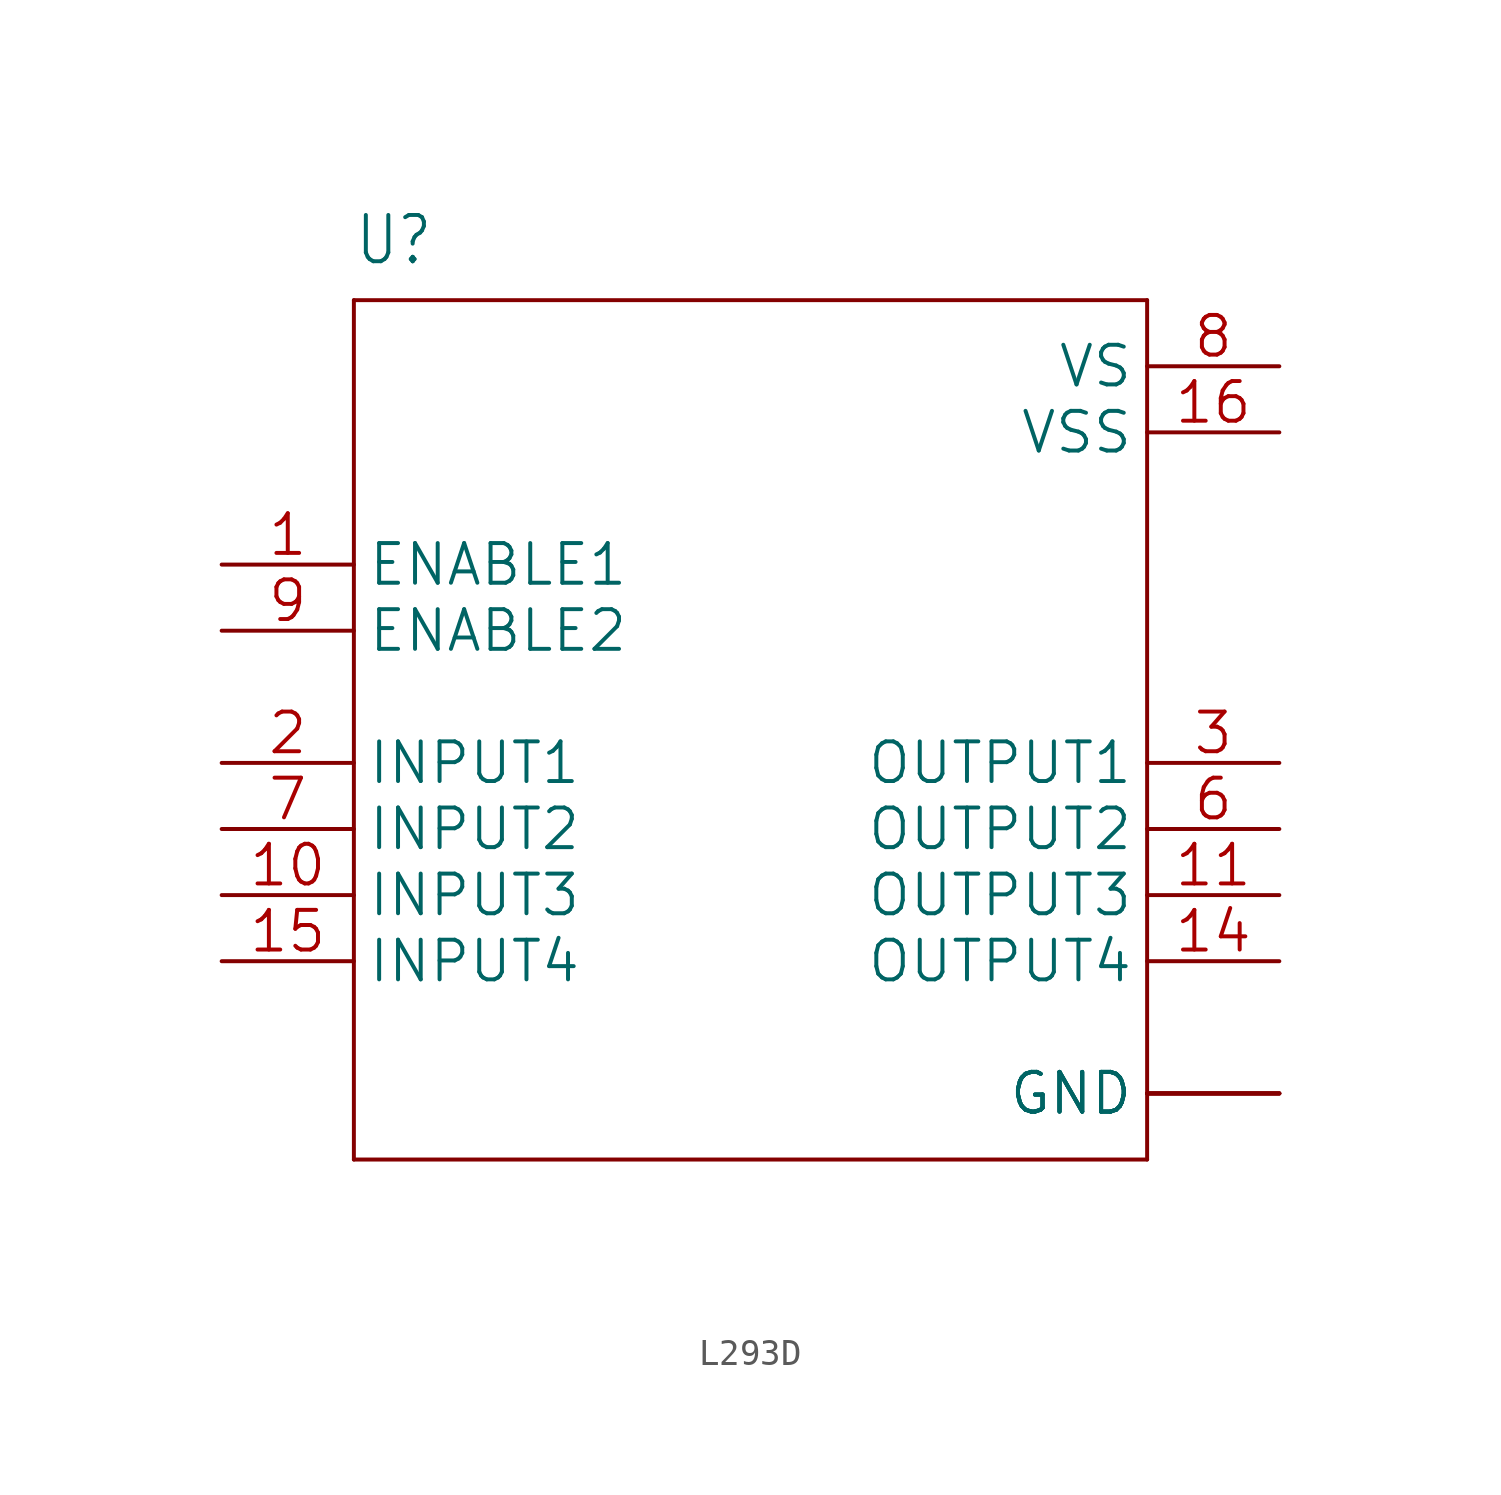
<source format=kicad_sym>
(kicad_symbol_lib
  (version 20241209)
  (generator "kicad_symbol_editor")
  (generator_version "9.0")
  (symbol "L293D"
    (property "Reference" "U"
      (at -15.24 16.51 0)
      (effects (font (size 1.778 1.511)) (justify left bottom)))
    (property "Value" ""
      (at -15.24 -20.32 0)
      (effects (font (size 1.778 1.511)) (justify left bottom)))
    (property "ki_locked" ""
      (at 0 0 0)
      (effects (font (size 1.27 1.27))))
    (symbol "L293D_1_0"
      (polyline (pts (xy -15.24 15.24) (xy 15.24 15.24)) (stroke (width 0.152) (type solid)) (fill (type none)))
      (polyline (pts (xy -15.24 -17.78) (xy -15.24 15.24)) (stroke (width 0.152) (type solid)) (fill (type none)))
      (polyline (pts (xy 15.24 15.24) (xy 15.24 -17.78)) (stroke (width 0.152) (type solid)) (fill (type none)))
      (polyline (pts (xy 15.24 -17.78) (xy -15.24 -17.78)) (stroke (width 0.152) (type solid)) (fill (type none)))
      (pin input line (at -20.32 5.08 0) (length 5.08) (name "ENABLE1" (effects (font (size 1.524 1.524)))) (number "1" (effects (font (size 1.524 1.524)))))
      (pin input line (at -20.32 2.54 0) (length 5.08) (name "ENABLE2" (effects (font (size 1.524 1.524)))) (number "9" (effects (font (size 1.524 1.524)))))
      (pin input line (at -20.32 -2.54 0) (length 5.08) (name "INPUT1" (effects (font (size 1.524 1.524)))) (number "2" (effects (font (size 1.524 1.524)))))
      (pin input line (at -20.32 -5.08 0) (length 5.08) (name "INPUT2" (effects (font (size 1.524 1.524)))) (number "7" (effects (font (size 1.524 1.524)))))
      (pin input line (at -20.32 -7.62 0) (length 5.08) (name "INPUT3" (effects (font (size 1.524 1.524)))) (number "10" (effects (font (size 1.524 1.524)))))
      (pin input line (at -20.32 -10.16 0) (length 5.08) (name "INPUT4" (effects (font (size 1.524 1.524)))) (number "15" (effects (font (size 1.524 1.524)))))
      (pin power_in line (at 20.32 12.7 180) (length 5.08) (name "VS" (effects (font (size 1.524 1.524)))) (number "8" (effects (font (size 1.524 1.524)))))
      (pin power_in line (at 20.32 10.16 180) (length 5.08) (name "VSS" (effects (font (size 1.524 1.524)))) (number "16" (effects (font (size 1.524 1.524)))))
      (pin output line (at 20.32 -2.54 180) (length 5.08) (name "OUTPUT1" (effects (font (size 1.524 1.524)))) (number "3" (effects (font (size 1.524 1.524)))))
      (pin output line (at 20.32 -5.08 180) (length 5.08) (name "OUTPUT2" (effects (font (size 1.524 1.524)))) (number "6" (effects (font (size 1.524 1.524)))))
      (pin output line (at 20.32 -7.62 180) (length 5.08) (name "OUTPUT3" (effects (font (size 1.524 1.524)))) (number "11" (effects (font (size 1.524 1.524)))))
      (pin output line (at 20.32 -10.16 180) (length 5.08) (name "OUTPUT4" (effects (font (size 1.524 1.524)))) (number "14" (effects (font (size 1.524 1.524)))))
      (pin power_in line (at 20.32 -15.24 180) (length 5.08) (name "GND" (effects (font (size 1.524 1.524)))) (number "12" (effects (font (size 0 0)))))
      (pin power_in line (at 20.32 -15.24 180) (length 5.08) (name "GND" (effects (font (size 1.524 1.524)))) (number "13" (effects (font (size 0 0)))))
      (pin power_in line (at 20.32 -15.24 180) (length 5.08) (name "GND" (effects (font (size 1.524 1.524)))) (number "4" (effects (font (size 0 0)))))
      (pin power_in line (at 20.32 -15.24 180) (length 5.08) (name "GND" (effects (font (size 1.524 1.524)))) (number "5" (effects (font (size 0 0))))))))
</source>
